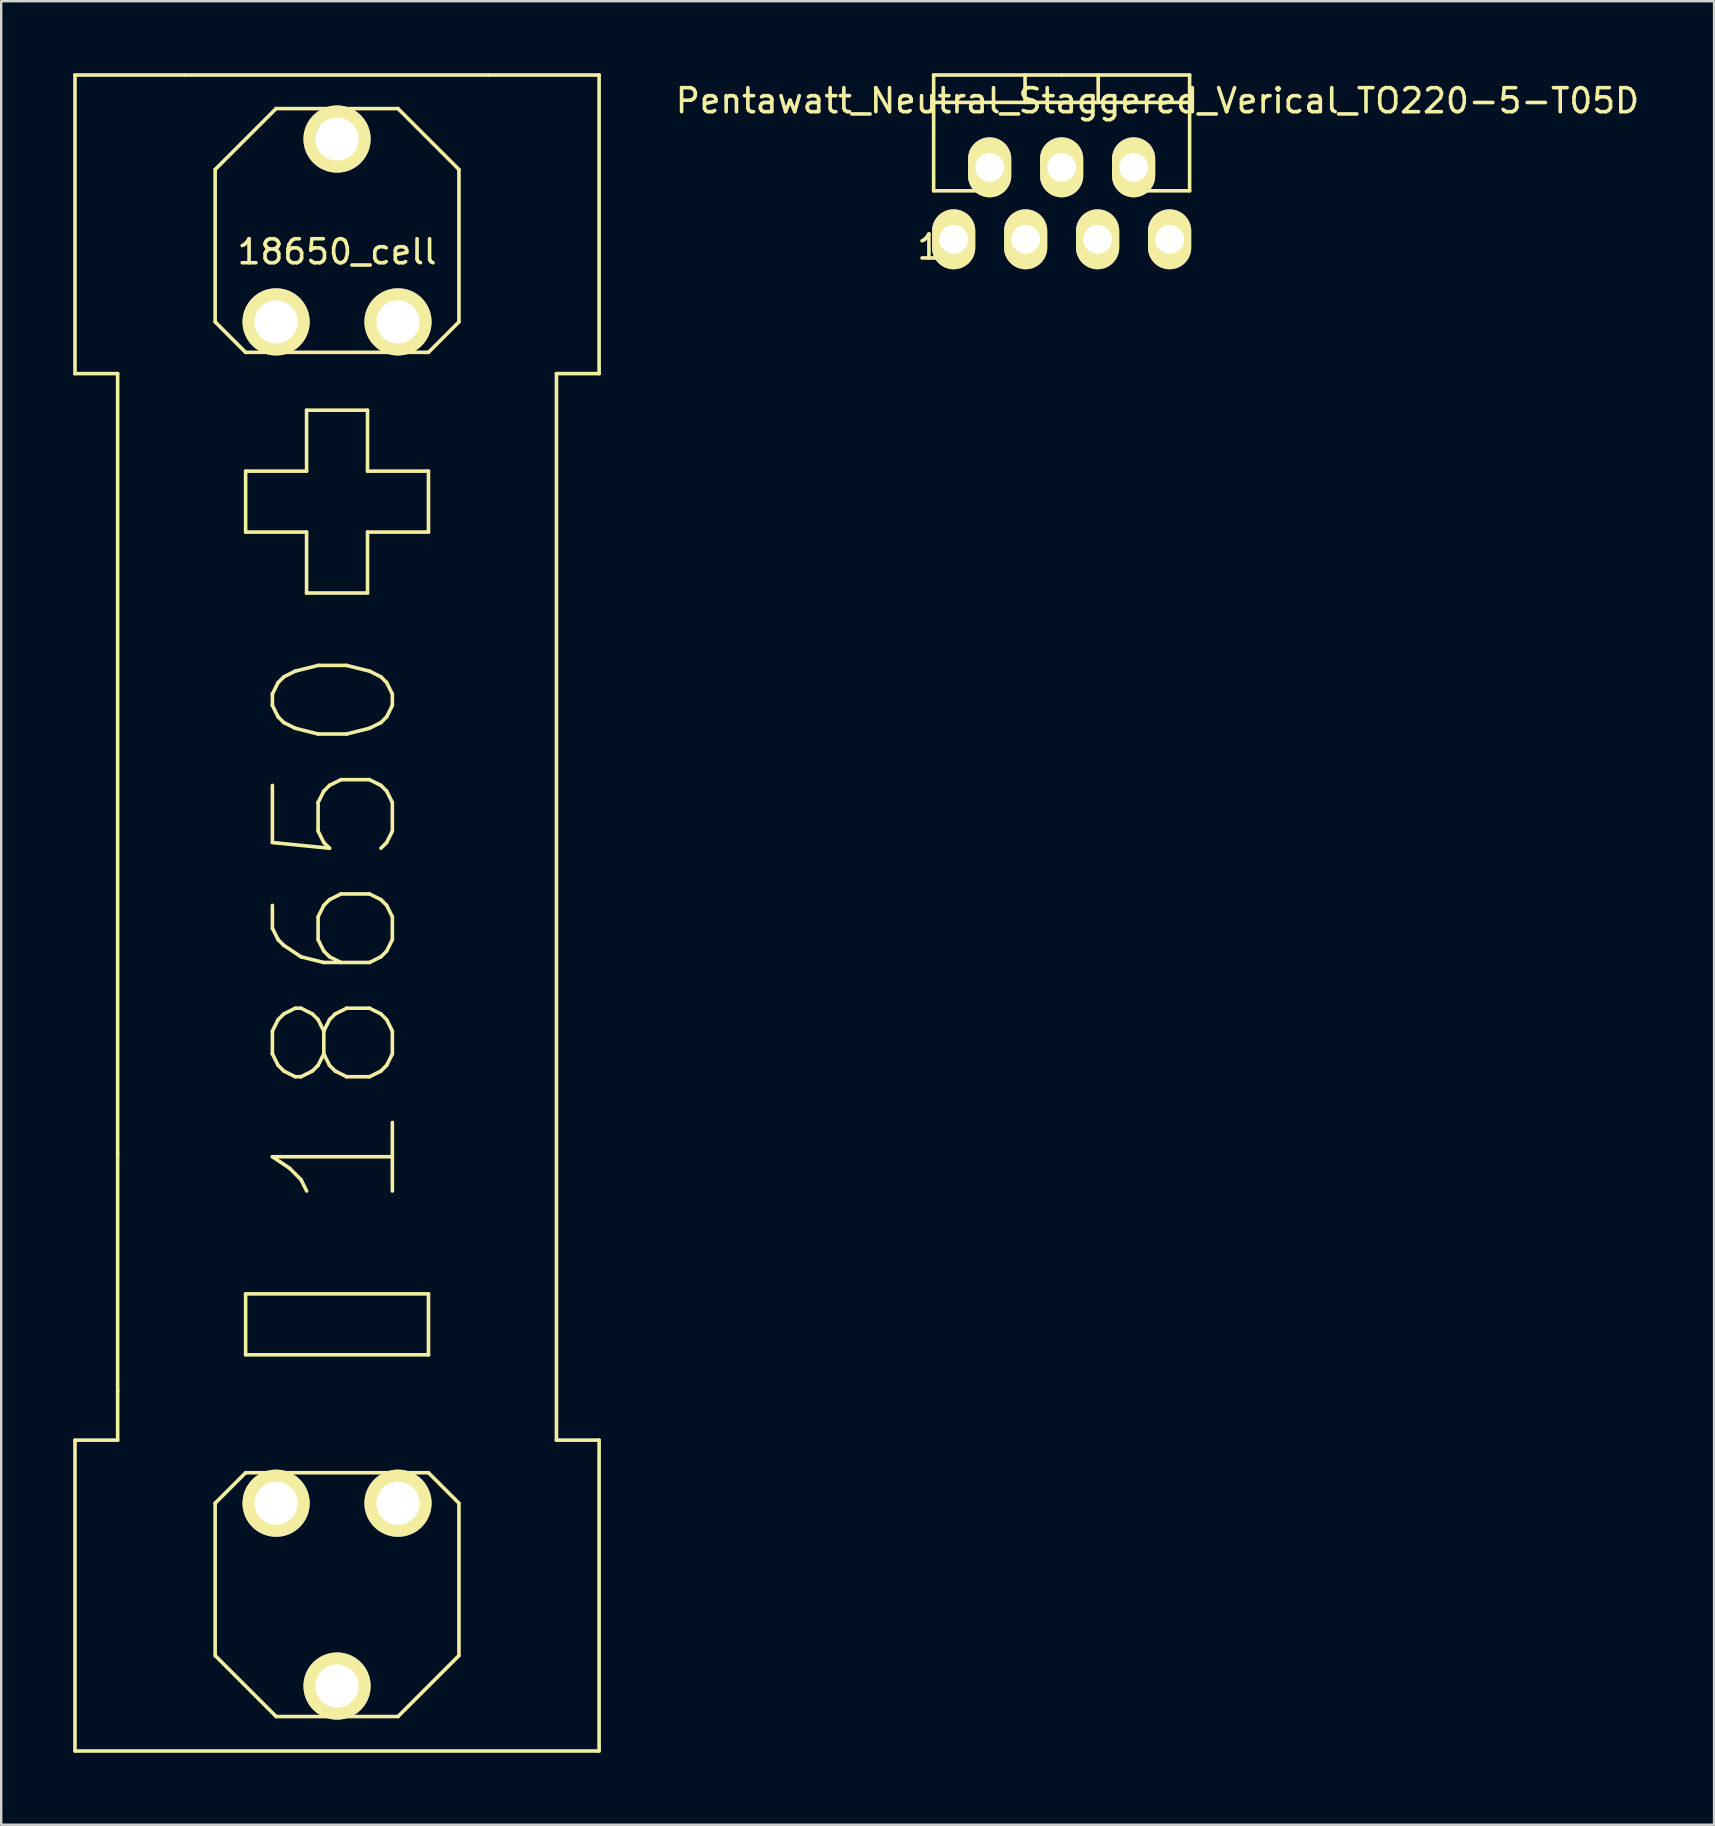
<source format=kicad_pcb>
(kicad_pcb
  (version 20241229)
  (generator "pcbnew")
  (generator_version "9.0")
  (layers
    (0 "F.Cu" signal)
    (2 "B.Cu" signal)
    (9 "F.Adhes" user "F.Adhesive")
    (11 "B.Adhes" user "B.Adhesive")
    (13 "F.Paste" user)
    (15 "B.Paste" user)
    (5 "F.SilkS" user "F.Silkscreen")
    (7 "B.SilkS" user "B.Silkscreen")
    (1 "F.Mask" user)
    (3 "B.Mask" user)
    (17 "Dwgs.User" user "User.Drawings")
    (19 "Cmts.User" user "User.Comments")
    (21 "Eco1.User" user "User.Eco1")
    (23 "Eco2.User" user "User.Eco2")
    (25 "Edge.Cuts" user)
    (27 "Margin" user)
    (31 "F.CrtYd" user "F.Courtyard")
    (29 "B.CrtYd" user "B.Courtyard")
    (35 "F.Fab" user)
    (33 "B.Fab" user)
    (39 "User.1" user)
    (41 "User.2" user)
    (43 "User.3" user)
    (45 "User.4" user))
  (footprint "18650_cell"
    (layer "F.Cu")
    (at 10.997 2.615)
    (property "Reference" "18650_cell" (at 0 4.829 0) (layer "F.SilkS") (effects (font (size 1 1) (thickness 0.15))))
    (attr through_hole)
    (fp_line (start -10.922 -2.54) (end -10.922 9.906) (stroke (width 0.15) (type solid)) (layer "F.SilkS"))
    (fp_line (start -10.922 -2.54) (end -6.35 -2.54) (stroke (width 0.15) (type solid)) (layer "F.SilkS"))
    (fp_line (start -10.922 9.906) (end -9.144 9.906) (stroke (width 0.15) (type solid)) (layer "F.SilkS"))
    (fp_line (start -10.922 54.356) (end -9.144 54.356) (stroke (width 0.15) (type solid)) (layer "F.SilkS"))
    (fp_line (start -10.922 67.31) (end -10.922 54.356) (stroke (width 0.15) (type solid)) (layer "F.SilkS"))
    (fp_line (start -10.922 67.31) (end 10.922 67.31) (stroke (width 0.15) (type solid)) (layer "F.SilkS"))
    (fp_line (start -9.144 9.906) (end -9.144 42.418) (stroke (width 0.15) (type solid)) (layer "F.SilkS"))
    (fp_line (start -9.144 42.418) (end -9.144 52.324) (stroke (width 0.15) (type solid)) (layer "F.SilkS"))
    (fp_line (start -9.144 52.324) (end -9.144 54.356) (stroke (width 0.15) (type solid)) (layer "F.SilkS"))
    (fp_line (start -5.08 1.4) (end -5.08 7.75) (stroke (width 0.15) (type solid)) (layer "F.SilkS"))
    (fp_line (start -5.08 7.75) (end -3.81 9.02) (stroke (width 0.15) (type solid)) (layer "F.SilkS"))
    (fp_line (start -5.08 56.984) (end -5.08 63.334) (stroke (width 0.15) (type solid)) (layer "F.SilkS"))
    (fp_line (start -5.08 63.334) (end -2.54 65.874) (stroke (width 0.15) (type solid)) (layer "F.SilkS"))
    (fp_line (start -3.81 9.02) (end 3.81 9.02) (stroke (width 0.15) (type solid)) (layer "F.SilkS"))
    (fp_line (start -3.81 13.97) (end -3.81 16.51) (stroke (width 0.15) (type solid)) (layer "F.SilkS"))
    (fp_line (start -3.81 16.51) (end -1.27 16.51) (stroke (width 0.15) (type solid)) (layer "F.SilkS"))
    (fp_line (start -3.81 48.26) (end 3.81 48.26) (stroke (width 0.15) (type solid)) (layer "F.SilkS"))
    (fp_line (start -3.81 50.8) (end -3.81 48.26) (stroke (width 0.15) (type solid)) (layer "F.SilkS"))
    (fp_line (start -3.81 55.714) (end -5.08 56.984) (stroke (width 0.15) (type solid)) (layer "F.SilkS"))
    (fp_line (start -2.54 -1.14) (end -5.08 1.4) (stroke (width 0.15) (type solid)) (layer "F.SilkS"))
    (fp_line (start -2.54 65.874) (end 2.54 65.874) (stroke (width 0.15) (type solid)) (layer "F.SilkS"))
    (fp_line (start -1.27 11.43) (end -1.27 13.97) (stroke (width 0.15) (type solid)) (layer "F.SilkS"))
    (fp_line (start -1.27 13.97) (end -3.81 13.97) (stroke (width 0.15) (type solid)) (layer "F.SilkS"))
    (fp_line (start -1.27 16.51) (end -1.27 19.05) (stroke (width 0.15) (type solid)) (layer "F.SilkS"))
    (fp_line (start -1.27 19.05) (end 1.27 19.05) (stroke (width 0.15) (type solid)) (layer "F.SilkS"))
    (fp_line (start 1.27 11.43) (end -1.27 11.43) (stroke (width 0.15) (type solid)) (layer "F.SilkS"))
    (fp_line (start 1.27 13.97) (end 1.27 11.43) (stroke (width 0.15) (type solid)) (layer "F.SilkS"))
    (fp_line (start 1.27 16.51) (end 3.81 16.51) (stroke (width 0.15) (type solid)) (layer "F.SilkS"))
    (fp_line (start 1.27 19.05) (end 1.27 16.51) (stroke (width 0.15) (type solid)) (layer "F.SilkS"))
    (fp_line (start 2.54 -1.14) (end -2.54 -1.14) (stroke (width 0.15) (type solid)) (layer "F.SilkS"))
    (fp_line (start 2.54 65.874) (end 5.08 63.334) (stroke (width 0.15) (type solid)) (layer "F.SilkS"))
    (fp_line (start 3.81 9.02) (end 5.08 7.75) (stroke (width 0.15) (type solid)) (layer "F.SilkS"))
    (fp_line (start 3.81 13.97) (end 1.27 13.97) (stroke (width 0.15) (type solid)) (layer "F.SilkS"))
    (fp_line (start 3.81 16.51) (end 3.81 13.97) (stroke (width 0.15) (type solid)) (layer "F.SilkS"))
    (fp_line (start 3.81 48.26) (end 3.81 50.8) (stroke (width 0.15) (type solid)) (layer "F.SilkS"))
    (fp_line (start 3.81 50.8) (end -3.81 50.8) (stroke (width 0.15) (type solid)) (layer "F.SilkS"))
    (fp_line (start 3.81 55.714) (end -3.81 55.714) (stroke (width 0.15) (type solid)) (layer "F.SilkS"))
    (fp_line (start 5.08 1.4) (end 2.54 -1.14) (stroke (width 0.15) (type solid)) (layer "F.SilkS"))
    (fp_line (start 5.08 7.75) (end 5.08 1.4) (stroke (width 0.15) (type solid)) (layer "F.SilkS"))
    (fp_line (start 5.08 56.984) (end 3.81 55.714) (stroke (width 0.15) (type solid)) (layer "F.SilkS"))
    (fp_line (start 5.08 63.334) (end 5.08 56.984) (stroke (width 0.15) (type solid)) (layer "F.SilkS"))
    (fp_line (start 6.35 -2.54) (end -6.35 -2.54) (stroke (width 0.15) (type solid)) (layer "F.SilkS"))
    (fp_line (start 6.35 -2.54) (end 10.922 -2.54) (stroke (width 0.15) (type solid)) (layer "F.SilkS"))
    (fp_line (start 9.144 9.906) (end 10.922 9.906) (stroke (width 0.15) (type solid)) (layer "F.SilkS"))
    (fp_line (start 9.144 54.356) (end 9.144 9.906) (stroke (width 0.15) (type solid)) (layer "F.SilkS"))
    (fp_line (start 10.922 9.906) (end 10.922 -2.54) (stroke (width 0.15) (type solid)) (layer "F.SilkS"))
    (fp_line (start 10.922 54.356) (end 9.144 54.356) (stroke (width 0.15) (type solid)) (layer "F.SilkS"))
    (fp_line (start 10.922 67.31) (end 10.922 54.356) (stroke (width 0.15) (type solid)) (layer "F.SilkS"))
    (fp_text user "18650" (at 0 33.02 90) (layer "F.SilkS") (effects (font (size 5 5) (thickness 0.15))))
    (pad "1" thru_hole circle (at -2.54 7.75) (size 2.8 2.8) (drill 1.8) (layers "*.Cu" "*.Mask" "F.SilkS"))
    (pad "1" thru_hole circle (at 0 0.13) (size 2.8 2.8) (drill 1.8) (layers "*.Cu" "*.Mask" "F.SilkS"))
    (pad "1" thru_hole circle (at 2.54 7.75) (size 2.8 2.8) (drill 1.8) (layers "*.Cu" "*.Mask" "F.SilkS"))
    (pad "2" thru_hole circle (at -2.54 56.984 180) (size 2.8 2.8) (drill 1.8) (layers "*.Cu" "*.Mask" "F.SilkS"))
    (pad "2" thru_hole circle (at 0 64.604 180) (size 2.8 2.8) (drill 1.8) (layers "*.Cu" "*.Mask" "F.SilkS"))
    (pad "2" thru_hole circle (at 2.54 56.984 180) (size 2.8 2.8) (drill 1.8) (layers "*.Cu" "*.Mask" "F.SilkS")))
  (footprint "Pentawatt_Neutral_Staggered_Verical_TO220-5-T05D"
    (layer "F.Cu")
    (at 41.195 3.123)
    (property "Reference" "Pentawatt_Neutral_Staggered_Verical_TO220-5-T05D" (at 3.995 -1.975 0) (layer "F.SilkS") (effects (font (size 1 1) (thickness 0.15))))
    (attr through_hole)
    (fp_line (start -5.334 -1.905) (end -5.334 -3.048) (stroke (width 0.15) (type solid)) (layer "F.SilkS"))
    (fp_line (start -5.334 1.778) (end -5.334 -1.905) (stroke (width 0.15) (type solid)) (layer "F.SilkS"))
    (fp_line (start -5.334 1.778) (end -3.429 1.778) (stroke (width 0.15) (type solid)) (layer "F.SilkS"))
    (fp_line (start -1.524 -3.048) (end -1.524 -1.905) (stroke (width 0.15) (type solid)) (layer "F.SilkS"))
    (fp_line (start -0.508 1.778) (end 0.508 1.778) (stroke (width 0.15) (type solid)) (layer "F.SilkS"))
    (fp_line (start 0 -3.048) (end -5.334 -3.048) (stroke (width 0.15) (type solid)) (layer "F.SilkS"))
    (fp_line (start 0 -3.048) (end 5.334 -3.048) (stroke (width 0.15) (type solid)) (layer "F.SilkS"))
    (fp_line (start 1.524 -3.048) (end 1.524 -1.905) (stroke (width 0.15) (type solid)) (layer "F.SilkS"))
    (fp_line (start 3.302 1.778) (end 5.334 1.778) (stroke (width 0.15) (type solid)) (layer "F.SilkS"))
    (fp_line (start 5.334 -3.048) (end 5.334 -1.905) (stroke (width 0.15) (type solid)) (layer "F.SilkS"))
    (fp_line (start 5.334 -1.905) (end -5.334 -1.905) (stroke (width 0.15) (type solid)) (layer "F.SilkS"))
    (fp_line (start 5.334 -1.905) (end 5.334 1.778) (stroke (width 0.15) (type solid)) (layer "F.SilkS"))
    (fp_text user "1" (at -5.53 4.121 0) (layer "F.SilkS") (effects (font (size 1 1) (thickness 0.15))))
    (pad "1" thru_hole oval (at -4.5 3.8 90) (size 2.499 1.801) (drill 1.199) (layers "*.Cu" "*.Mask" "F.SilkS"))
    (pad "2" thru_hole oval (at -3 0.8 90) (size 2.499 1.801) (drill 1.199) (layers "*.Cu" "*.Mask" "F.SilkS"))
    (pad "3" thru_hole oval (at -1.5 3.8 90) (size 2.499 1.801) (drill 1.199) (layers "*.Cu" "*.Mask" "F.SilkS"))
    (pad "4" thru_hole oval (at 0 0.8 90) (size 2.499 1.801) (drill 1.199) (layers "*.Cu" "*.Mask" "F.SilkS"))
    (pad "5" thru_hole oval (at 1.5 3.8 90) (size 2.499 1.801) (drill 1.199) (layers "*.Cu" "*.Mask" "F.SilkS"))
    (pad "6" thru_hole oval (at 3 0.8 90) (size 2.499 1.801) (drill 1.199) (layers "*.Cu" "*.Mask" "F.SilkS"))
    (pad "7" thru_hole oval (at 4.5 3.8 90) (size 2.499 1.801) (drill 1.199) (layers "*.Cu" "*.Mask" "F.SilkS")))
  (gr_rect
    (start -3 -3)
    (end 68.387 73)
    (stroke (width 0.1) (type default))
    (fill no)
    (layer "Edge.Cuts")))
</source>
